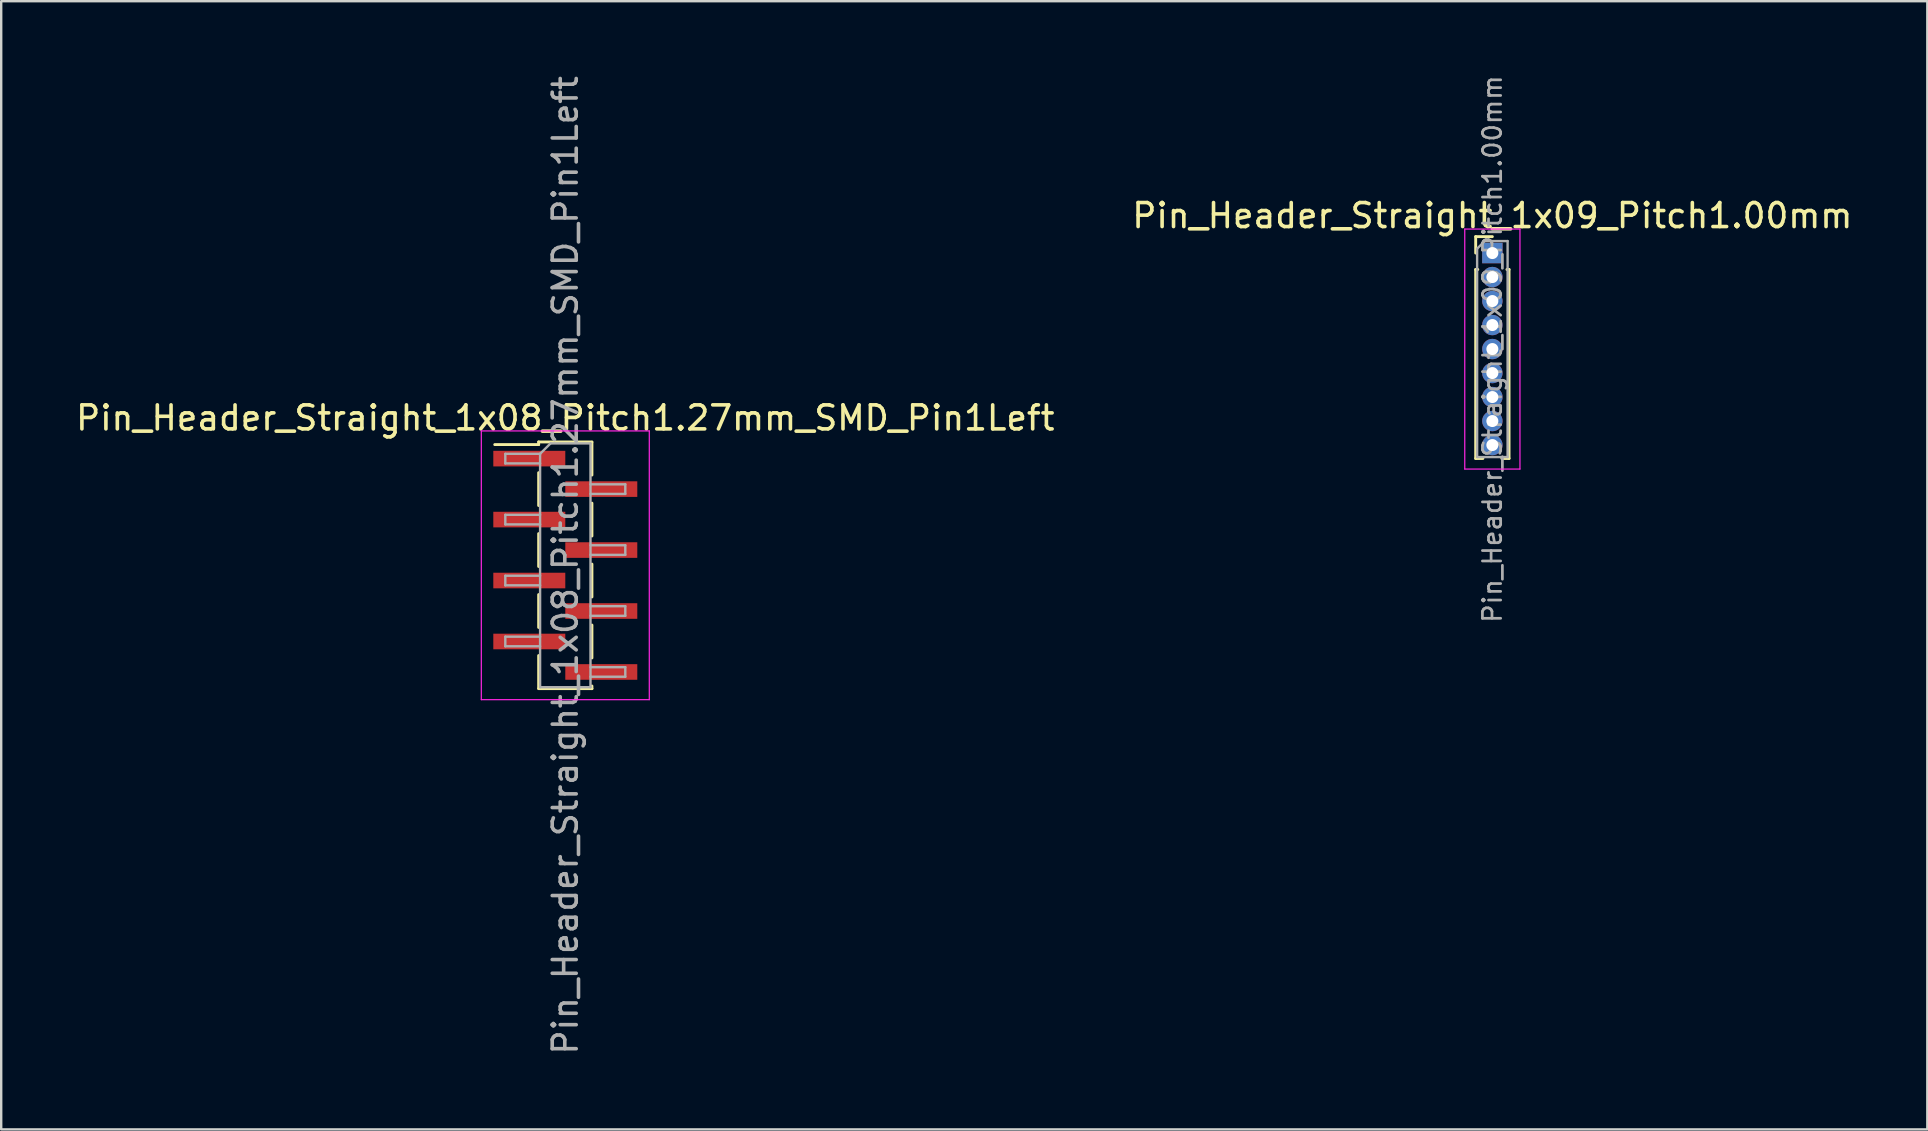
<source format=kicad_pcb>
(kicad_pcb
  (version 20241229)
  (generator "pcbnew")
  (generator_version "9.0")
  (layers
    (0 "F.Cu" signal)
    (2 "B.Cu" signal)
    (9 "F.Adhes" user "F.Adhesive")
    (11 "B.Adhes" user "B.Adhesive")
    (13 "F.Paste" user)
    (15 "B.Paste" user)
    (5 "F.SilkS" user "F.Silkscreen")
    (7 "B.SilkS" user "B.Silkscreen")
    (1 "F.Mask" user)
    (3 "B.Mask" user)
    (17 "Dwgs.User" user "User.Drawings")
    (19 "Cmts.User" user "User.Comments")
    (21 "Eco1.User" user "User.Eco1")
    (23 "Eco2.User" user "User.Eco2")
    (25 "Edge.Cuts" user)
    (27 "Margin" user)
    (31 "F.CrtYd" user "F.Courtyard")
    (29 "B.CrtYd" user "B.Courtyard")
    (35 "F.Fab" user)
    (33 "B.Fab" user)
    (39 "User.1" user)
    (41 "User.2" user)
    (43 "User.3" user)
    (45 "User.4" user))
  (footprint "Pin_Header_Straight_1x08_Pitch1.27mm_SMD_Pin1Left"
    (layer "F.Cu")
    (at 20.506 20.506)
    (property "Reference" "Pin_Header_Straight_1x08_Pitch1.27mm_SMD_Pin1Left" (at 0 -6.14 0) (layer "F.SilkS") (effects (font (size 1 1) (thickness 0.15))))
    (attr smd)
    (fp_line (start -1.11 -5.14) (end -1.11 -5.03) (stroke (width 0.12) (type solid)) (layer "F.SilkS"))
    (fp_line (start -1.11 -5.14) (end 1.11 -5.14) (stroke (width 0.12) (type solid)) (layer "F.SilkS"))
    (fp_line (start -1.11 -5.03) (end -2.94 -5.03) (stroke (width 0.12) (type solid)) (layer "F.SilkS"))
    (fp_line (start -1.11 -3.86) (end -1.11 -2.49) (stroke (width 0.12) (type solid)) (layer "F.SilkS"))
    (fp_line (start -1.11 -1.32) (end -1.11 0.05) (stroke (width 0.12) (type solid)) (layer "F.SilkS"))
    (fp_line (start -1.11 1.22) (end -1.11 2.59) (stroke (width 0.12) (type solid)) (layer "F.SilkS"))
    (fp_line (start -1.11 3.76) (end -1.11 5.13) (stroke (width 0.12) (type solid)) (layer "F.SilkS"))
    (fp_line (start -1.11 5.14) (end 1.11 5.14) (stroke (width 0.12) (type solid)) (layer "F.SilkS"))
    (fp_line (start 1.11 -5.13) (end 1.11 -3.76) (stroke (width 0.12) (type solid)) (layer "F.SilkS"))
    (fp_line (start 1.11 -2.59) (end 1.11 -1.22) (stroke (width 0.12) (type solid)) (layer "F.SilkS"))
    (fp_line (start 1.11 -0.05) (end 1.11 1.32) (stroke (width 0.12) (type solid)) (layer "F.SilkS"))
    (fp_line (start 1.11 2.49) (end 1.11 3.86) (stroke (width 0.12) (type solid)) (layer "F.SilkS"))
    (fp_line (start 1.11 5.03) (end 1.11 5.14) (stroke (width 0.12) (type solid)) (layer "F.SilkS"))
    (fp_line (start -3.5 -5.6) (end -3.5 5.6) (stroke (width 0.05) (type solid)) (layer "F.CrtYd"))
    (fp_line (start -3.5 5.6) (end 3.5 5.6) (stroke (width 0.05) (type solid)) (layer "F.CrtYd"))
    (fp_line (start 3.5 -5.6) (end -3.5 -5.6) (stroke (width 0.05) (type solid)) (layer "F.CrtYd"))
    (fp_line (start 3.5 5.6) (end 3.5 -5.6) (stroke (width 0.05) (type solid)) (layer "F.CrtYd"))
    (fp_line (start -2.5 -4.645) (end -2.5 -4.245) (stroke (width 0.1) (type solid)) (layer "F.Fab"))
    (fp_line (start -2.5 -4.245) (end -1.05 -4.245) (stroke (width 0.1) (type solid)) (layer "F.Fab"))
    (fp_line (start -2.5 -2.105) (end -2.5 -1.705) (stroke (width 0.1) (type solid)) (layer "F.Fab"))
    (fp_line (start -2.5 -1.705) (end -1.05 -1.705) (stroke (width 0.1) (type solid)) (layer "F.Fab"))
    (fp_line (start -2.5 0.435) (end -2.5 0.835) (stroke (width 0.1) (type solid)) (layer "F.Fab"))
    (fp_line (start -2.5 0.835) (end -1.05 0.835) (stroke (width 0.1) (type solid)) (layer "F.Fab"))
    (fp_line (start -2.5 2.975) (end -2.5 3.375) (stroke (width 0.1) (type solid)) (layer "F.Fab"))
    (fp_line (start -2.5 3.375) (end -1.05 3.375) (stroke (width 0.1) (type solid)) (layer "F.Fab"))
    (fp_line (start -1.05 -4.645) (end -2.5 -4.645) (stroke (width 0.1) (type solid)) (layer "F.Fab"))
    (fp_line (start -1.05 -4.645) (end -0.615 -5.08) (stroke (width 0.1) (type solid)) (layer "F.Fab"))
    (fp_line (start -1.05 -2.105) (end -2.5 -2.105) (stroke (width 0.1) (type solid)) (layer "F.Fab"))
    (fp_line (start -1.05 0.435) (end -2.5 0.435) (stroke (width 0.1) (type solid)) (layer "F.Fab"))
    (fp_line (start -1.05 2.975) (end -2.5 2.975) (stroke (width 0.1) (type solid)) (layer "F.Fab"))
    (fp_line (start -1.05 5.08) (end -1.05 -4.645) (stroke (width 0.1) (type solid)) (layer "F.Fab"))
    (fp_line (start -0.615 -5.08) (end 1.05 -5.08) (stroke (width 0.1) (type solid)) (layer "F.Fab"))
    (fp_line (start 1.05 -5.08) (end 1.05 5.08) (stroke (width 0.1) (type solid)) (layer "F.Fab"))
    (fp_line (start 1.05 -3.375) (end 2.5 -3.375) (stroke (width 0.1) (type solid)) (layer "F.Fab"))
    (fp_line (start 1.05 -0.835) (end 2.5 -0.835) (stroke (width 0.1) (type solid)) (layer "F.Fab"))
    (fp_line (start 1.05 1.705) (end 2.5 1.705) (stroke (width 0.1) (type solid)) (layer "F.Fab"))
    (fp_line (start 1.05 4.245) (end 2.5 4.245) (stroke (width 0.1) (type solid)) (layer "F.Fab"))
    (fp_line (start 1.05 5.08) (end -1.05 5.08) (stroke (width 0.1) (type solid)) (layer "F.Fab"))
    (fp_line (start 2.5 -3.375) (end 2.5 -2.975) (stroke (width 0.1) (type solid)) (layer "F.Fab"))
    (fp_line (start 2.5 -2.975) (end 1.05 -2.975) (stroke (width 0.1) (type solid)) (layer "F.Fab"))
    (fp_line (start 2.5 -0.835) (end 2.5 -0.435) (stroke (width 0.1) (type solid)) (layer "F.Fab"))
    (fp_line (start 2.5 -0.435) (end 1.05 -0.435) (stroke (width 0.1) (type solid)) (layer "F.Fab"))
    (fp_line (start 2.5 1.705) (end 2.5 2.105) (stroke (width 0.1) (type solid)) (layer "F.Fab"))
    (fp_line (start 2.5 2.105) (end 1.05 2.105) (stroke (width 0.1) (type solid)) (layer "F.Fab"))
    (fp_line (start 2.5 4.245) (end 2.5 4.645) (stroke (width 0.1) (type solid)) (layer "F.Fab"))
    (fp_line (start 2.5 4.645) (end 1.05 4.645) (stroke (width 0.1) (type solid)) (layer "F.Fab"))
    (fp_text user "${REFERENCE}" (at 0 0 90) (layer "F.Fab") (effects (font (size 1 1) (thickness 0.15))))
    (pad "1" smd rect (at -1.5 -4.445) (size 3 0.65) (layers "F.Cu" "F.Mask" "F.Paste"))
    (pad "2" smd rect (at 1.5 -3.175) (size 3 0.65) (layers "F.Cu" "F.Mask" "F.Paste"))
    (pad "3" smd rect (at -1.5 -1.905) (size 3 0.65) (layers "F.Cu" "F.Mask" "F.Paste"))
    (pad "4" smd rect (at 1.5 -0.635) (size 3 0.65) (layers "F.Cu" "F.Mask" "F.Paste"))
    (pad "5" smd rect (at -1.5 0.635) (size 3 0.65) (layers "F.Cu" "F.Mask" "F.Paste"))
    (pad "6" smd rect (at 1.5 1.905) (size 3 0.65) (layers "F.Cu" "F.Mask" "F.Paste"))
    (pad "7" smd rect (at -1.5 3.175) (size 3 0.65) (layers "F.Cu" "F.Mask" "F.Paste"))
    (pad "8" smd rect (at 1.5 4.445) (size 3 0.65) (layers "F.Cu" "F.Mask" "F.Paste")))
  (footprint "Pin_Header_Straight_1x09_Pitch1.00mm"
    (layer "F.Cu")
    (at 59.137 7.495)
    (property "Reference" "Pin_Header_Straight_1x09_Pitch1.00mm" (at 0 -1.56 0) (layer "F.SilkS") (effects (font (size 1 1) (thickness 0.15))))
    (attr through_hole)
    (fp_line (start -0.695 -0.685) (end 0 -0.685) (stroke (width 0.12) (type solid)) (layer "F.SilkS"))
    (fp_line (start -0.695 0) (end -0.695 -0.685) (stroke (width 0.12) (type solid)) (layer "F.SilkS"))
    (fp_line (start -0.695 0.685) (end -0.695 8.56) (stroke (width 0.12) (type solid)) (layer "F.SilkS"))
    (fp_line (start -0.695 0.685) (end -0.608 0.685) (stroke (width 0.12) (type solid)) (layer "F.SilkS"))
    (fp_line (start -0.695 8.56) (end -0.394 8.56) (stroke (width 0.12) (type solid)) (layer "F.SilkS"))
    (fp_line (start 0.394 8.56) (end 0.695 8.56) (stroke (width 0.12) (type solid)) (layer "F.SilkS"))
    (fp_line (start 0.608 0.685) (end 0.695 0.685) (stroke (width 0.12) (type solid)) (layer "F.SilkS"))
    (fp_line (start 0.695 0.685) (end 0.695 8.56) (stroke (width 0.12) (type solid)) (layer "F.SilkS"))
    (fp_line (start -1.15 -1) (end -1.15 9) (stroke (width 0.05) (type solid)) (layer "F.CrtYd"))
    (fp_line (start -1.15 9) (end 1.15 9) (stroke (width 0.05) (type solid)) (layer "F.CrtYd"))
    (fp_line (start 1.15 -1) (end -1.15 -1) (stroke (width 0.05) (type solid)) (layer "F.CrtYd"))
    (fp_line (start 1.15 9) (end 1.15 -1) (stroke (width 0.05) (type solid)) (layer "F.CrtYd"))
    (fp_line (start -0.635 -0.182) (end -0.318 -0.5) (stroke (width 0.1) (type solid)) (layer "F.Fab"))
    (fp_line (start -0.635 8.5) (end -0.635 -0.182) (stroke (width 0.1) (type solid)) (layer "F.Fab"))
    (fp_line (start -0.318 -0.5) (end 0.635 -0.5) (stroke (width 0.1) (type solid)) (layer "F.Fab"))
    (fp_line (start 0.635 -0.5) (end 0.635 8.5) (stroke (width 0.1) (type solid)) (layer "F.Fab"))
    (fp_line (start 0.635 8.5) (end -0.635 8.5) (stroke (width 0.1) (type solid)) (layer "F.Fab"))
    (fp_text user "${REFERENCE}" (at 0 4 90) (layer "F.Fab") (effects (font (size 0.76 0.76) (thickness 0.114))))
    (pad "1" thru_hole rect (at 0 0) (size 0.85 0.85) (drill 0.5) (layers "*.Cu" "*.Mask"))
    (pad "2" thru_hole oval (at 0 1) (size 0.85 0.85) (drill 0.5) (layers "*.Cu" "*.Mask"))
    (pad "3" thru_hole oval (at 0 2) (size 0.85 0.85) (drill 0.5) (layers "*.Cu" "*.Mask"))
    (pad "4" thru_hole oval (at 0 3) (size 0.85 0.85) (drill 0.5) (layers "*.Cu" "*.Mask"))
    (pad "5" thru_hole oval (at 0 4) (size 0.85 0.85) (drill 0.5) (layers "*.Cu" "*.Mask"))
    (pad "6" thru_hole oval (at 0 5) (size 0.85 0.85) (drill 0.5) (layers "*.Cu" "*.Mask"))
    (pad "7" thru_hole oval (at 0 6) (size 0.85 0.85) (drill 0.5) (layers "*.Cu" "*.Mask"))
    (pad "8" thru_hole oval (at 0 7) (size 0.85 0.85) (drill 0.5) (layers "*.Cu" "*.Mask"))
    (pad "9" thru_hole oval (at 0 8) (size 0.85 0.85) (drill 0.5) (layers "*.Cu" "*.Mask")))
  (gr_rect
    (start -3 -3)
    (end 77.262 44.012)
    (stroke (width 0.1) (type default))
    (fill no)
    (layer "Edge.Cuts")))
</source>
